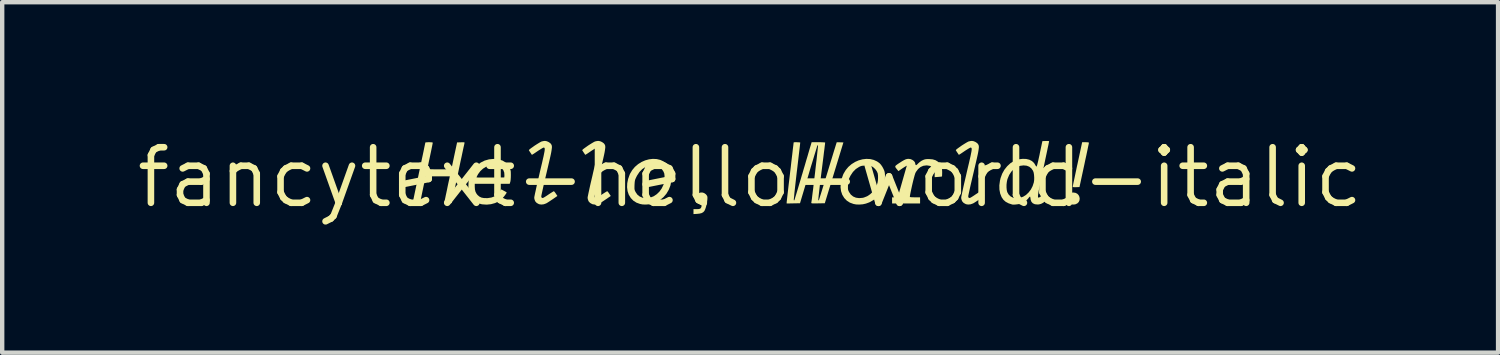
<source format=kicad_pcb>
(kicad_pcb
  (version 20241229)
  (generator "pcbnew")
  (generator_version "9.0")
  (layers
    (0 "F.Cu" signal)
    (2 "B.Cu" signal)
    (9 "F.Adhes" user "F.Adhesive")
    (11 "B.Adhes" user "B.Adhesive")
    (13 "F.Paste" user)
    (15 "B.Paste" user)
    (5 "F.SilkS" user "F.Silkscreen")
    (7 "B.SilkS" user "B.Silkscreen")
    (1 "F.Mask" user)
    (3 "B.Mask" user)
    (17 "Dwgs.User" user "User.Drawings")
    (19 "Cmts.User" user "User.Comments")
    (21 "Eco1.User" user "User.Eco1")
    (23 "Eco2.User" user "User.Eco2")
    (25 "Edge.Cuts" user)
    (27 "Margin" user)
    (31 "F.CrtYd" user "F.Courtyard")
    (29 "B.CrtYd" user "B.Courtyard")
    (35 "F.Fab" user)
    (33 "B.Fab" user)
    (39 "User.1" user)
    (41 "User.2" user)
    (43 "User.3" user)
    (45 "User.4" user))
  (footprint "fancytext-hello-world-italic"
    (layer "F.Cu")
    (at 14.098 1.006)
    (property "Reference" "fancytext-hello-world-italic" (at 0 0 0) (layer "F.SilkS") (effects (font (size 1.27 1.27) (thickness 0.15))))
    (attr board_only exclude_from_pos_files exclude_from_bom)
    (fp_poly (pts (xy 7.357 0.618) (xy 7.327 0.604) (xy 7.297 0.577) (xy 7.272 0.544) (xy 7.26 0.512) (xy 7.257 0.467) (xy 7.269 0.429) (xy 7.297 0.391) (xy 7.304 0.383) (xy 7.33 0.36) (xy 7.352 0.349) (xy 7.379 0.345) (xy 7.39 0.345) (xy 7.44 0.353) (xy 7.48 0.374) (xy 7.509 0.405) (xy 7.527 0.443) (xy 7.534 0.484) (xy 7.529 0.524) (xy 7.512 0.562) (xy 7.482 0.592) (xy 7.44 0.613) (xy 7.415 0.618) (xy 7.384 0.62) (xy 7.358 0.618) (xy 7.357 0.618)) (stroke (width 0) (type solid)) (fill yes) (layer "F.SilkS"))
    (fp_poly (pts (xy 7.375 0.213) (xy 7.376 0.201) (xy 7.382 0.171) (xy 7.391 0.126) (xy 7.404 0.066) (xy 7.419 -0.005) (xy 7.436 -0.086) (xy 7.455 -0.176) (xy 7.475 -0.272) (xy 7.482 -0.302) (xy 7.59 -0.805) (xy 7.667 -0.805) (xy 7.71 -0.804) (xy 7.735 -0.8) (xy 7.745 -0.794) (xy 7.745 -0.792) (xy 7.743 -0.781) (xy 7.737 -0.751) (xy 7.727 -0.706) (xy 7.715 -0.646) (xy 7.7 -0.575) (xy 7.683 -0.494) (xy 7.663 -0.404) (xy 7.643 -0.308) (xy 7.637 -0.28) (xy 7.529 0.22) (xy 7.452 0.223) (xy 7.41 0.224) (xy 7.386 0.221) (xy 7.375 0.216) (xy 7.375 0.213)) (stroke (width 0) (type solid)) (fill yes) (layer "F.SilkS"))
    (fp_poly (pts (xy -1.295 0.781) (xy -1.295 0.725) (xy -1.222 0.725) (xy -1.175 0.723) (xy -1.145 0.715) (xy -1.126 0.7) (xy -1.114 0.674) (xy -1.111 0.659) (xy -1.108 0.639) (xy -1.114 0.628) (xy -1.134 0.62) (xy -1.144 0.617) (xy -1.178 0.6) (xy -1.21 0.574) (xy -1.214 0.57) (xy -1.234 0.543) (xy -1.243 0.517) (xy -1.245 0.484) (xy -1.237 0.433) (xy -1.214 0.393) (xy -1.181 0.364) (xy -1.141 0.347) (xy -1.097 0.344) (xy -1.053 0.356) (xy -1.014 0.383) (xy -0.994 0.406) (xy -0.983 0.425) (xy -0.977 0.444) (xy -0.976 0.47) (xy -0.978 0.508) (xy -0.985 0.565) (xy -0.997 0.624) (xy -1.011 0.68) (xy -1.027 0.727) (xy -1.043 0.761) (xy -1.046 0.766) (xy -1.073 0.795) (xy -1.108 0.815) (xy -1.156 0.827) (xy -1.212 0.833) (xy -1.295 0.838) (xy -1.295 0.781)) (stroke (width 0) (type solid)) (fill yes) (layer "F.SilkS"))
    (fp_poly (pts (xy -2.136 -0.42) (xy -2.053 -0.4) (xy -1.977 -0.365) (xy -1.916 -0.32) (xy -1.887 -0.287) (xy -1.857 -0.243) (xy -1.838 -0.208) (xy -1.819 -0.168) (xy -1.808 -0.136) (xy -1.801 -0.103) (xy -1.798 -0.06) (xy -1.797 -0.04) (xy -1.801 0.075) (xy -1.822 0.183) (xy -1.86 0.282) (xy -1.914 0.373) (xy -1.982 0.452) (xy -2.063 0.518) (xy -2.156 0.57) (xy -2.233 0.598) (xy -2.304 0.614) (xy -2.381 0.62) (xy -2.455 0.618) (xy -2.515 0.607) (xy -2.6 0.576) (xy -2.67 0.531) (xy -2.728 0.471) (xy -2.774 0.396) (xy -2.776 0.39) (xy -2.802 0.313) (xy -2.813 0.226) (xy -2.813 0.221) (xy -2.644 0.221) (xy -2.644 0.255) (xy -2.641 0.28) (xy -2.634 0.302) (xy -2.623 0.325) (xy -2.618 0.335) (xy -2.578 0.393) (xy -2.525 0.436) (xy -2.462 0.463) (xy -2.39 0.473) (xy -2.311 0.467) (xy -2.28 0.46) (xy -2.204 0.43) (xy -2.134 0.383) (xy -2.072 0.323) (xy -2.021 0.251) (xy -1.982 0.17) (xy -1.966 0.115) (xy -1.959 0.067) (xy -1.956 0.012) (xy -1.957 -0.042) (xy -1.963 -0.088) (xy -1.965 -0.097) (xy -1.987 -0.145) (xy -2.021 -0.191) (xy -2.064 -0.231) (xy -2.085 -0.245) (xy -2.109 -0.257) (xy -2.132 -0.264) (xy -2.16 -0.268) (xy -2.198 -0.27) (xy -2.23 -0.27) (xy -2.278 -0.269) (xy -2.312 -0.267) (xy -2.339 -0.262) (xy -2.365 -0.252) (xy -2.39 -0.24) (xy -2.465 -0.191) (xy -2.53 -0.125) (xy -2.585 -0.042) (xy -2.596 -0.02) (xy -2.615 0.019) (xy -2.628 0.05) (xy -2.635 0.079) (xy -2.639 0.112) (xy -2.642 0.156) (xy -2.643 0.173) (xy -2.644 0.221) (xy -2.813 0.221) (xy -2.809 0.133) (xy -2.79 0.037) (xy -2.756 -0.059) (xy -2.745 -0.084) (xy -2.695 -0.168) (xy -2.634 -0.241) (xy -2.562 -0.303) (xy -2.483 -0.353) (xy -2.399 -0.39) (xy -2.311 -0.414) (xy -2.223 -0.424)) (stroke (width 0) (type solid)) (fill yes) (layer "F.SilkS"))
    (fp_poly (pts (xy 2.744 -0.42) (xy 2.827 -0.4) (xy 2.903 -0.365) (xy 2.964 -0.32) (xy 2.993 -0.287) (xy 3.023 -0.243) (xy 3.042 -0.208) (xy 3.061 -0.168) (xy 3.072 -0.136) (xy 3.079 -0.103) (xy 3.082 -0.06) (xy 3.083 -0.04) (xy 3.079 0.075) (xy 3.058 0.183) (xy 3.02 0.282) (xy 2.966 0.373) (xy 2.898 0.452) (xy 2.817 0.518) (xy 2.724 0.57) (xy 2.647 0.598) (xy 2.576 0.614) (xy 2.499 0.62) (xy 2.425 0.618) (xy 2.365 0.607) (xy 2.28 0.576) (xy 2.21 0.531) (xy 2.152 0.471) (xy 2.106 0.396) (xy 2.104 0.39) (xy 2.078 0.313) (xy 2.067 0.226) (xy 2.067 0.221) (xy 2.236 0.221) (xy 2.236 0.255) (xy 2.239 0.28) (xy 2.246 0.302) (xy 2.257 0.325) (xy 2.262 0.335) (xy 2.302 0.393) (xy 2.355 0.436) (xy 2.418 0.463) (xy 2.49 0.473) (xy 2.569 0.467) (xy 2.6 0.46) (xy 2.676 0.43) (xy 2.746 0.383) (xy 2.808 0.323) (xy 2.859 0.251) (xy 2.898 0.17) (xy 2.914 0.115) (xy 2.921 0.067) (xy 2.924 0.012) (xy 2.923 -0.042) (xy 2.917 -0.088) (xy 2.915 -0.097) (xy 2.893 -0.145) (xy 2.859 -0.191) (xy 2.816 -0.231) (xy 2.795 -0.245) (xy 2.771 -0.257) (xy 2.748 -0.264) (xy 2.72 -0.268) (xy 2.682 -0.27) (xy 2.65 -0.27) (xy 2.602 -0.269) (xy 2.568 -0.267) (xy 2.541 -0.262) (xy 2.515 -0.252) (xy 2.49 -0.24) (xy 2.415 -0.191) (xy 2.35 -0.125) (xy 2.295 -0.042) (xy 2.284 -0.02) (xy 2.265 0.019) (xy 2.252 0.05) (xy 2.245 0.079) (xy 2.241 0.112) (xy 2.238 0.156) (xy 2.237 0.173) (xy 2.236 0.221) (xy 2.067 0.221) (xy 2.071 0.133) (xy 2.09 0.037) (xy 2.124 -0.059) (xy 2.135 -0.084) (xy 2.185 -0.168) (xy 2.246 -0.241) (xy 2.318 -0.303) (xy 2.397 -0.353) (xy 2.481 -0.39) (xy 2.569 -0.414) (xy 2.657 -0.424)) (stroke (width 0) (type solid)) (fill yes) (layer "F.SilkS"))
    (fp_poly (pts (xy 3.245 0.525) (xy 3.245 0.456) (xy 3.367 0.453) (xy 3.49 0.45) (xy 3.563 0.105) (xy 3.585 0.001) (xy 3.603 -0.085) (xy 3.616 -0.153) (xy 3.624 -0.203) (xy 3.628 -0.236) (xy 3.628 -0.253) (xy 3.627 -0.255) (xy 3.615 -0.268) (xy 3.597 -0.27) (xy 3.571 -0.263) (xy 3.536 -0.243) (xy 3.487 -0.211) (xy 3.485 -0.21) (xy 3.39 -0.144) (xy 3.363 -0.177) (xy 3.338 -0.208) (xy 3.322 -0.231) (xy 3.317 -0.249) (xy 3.324 -0.266) (xy 3.345 -0.284) (xy 3.379 -0.309) (xy 3.413 -0.331) (xy 3.47 -0.368) (xy 3.515 -0.394) (xy 3.552 -0.412) (xy 3.583 -0.421) (xy 3.613 -0.425) (xy 3.624 -0.425) (xy 3.67 -0.418) (xy 3.712 -0.399) (xy 3.747 -0.372) (xy 3.769 -0.34) (xy 3.775 -0.313) (xy 3.78 -0.293) (xy 3.785 -0.285) (xy 3.792 -0.28) (xy 3.804 -0.285) (xy 3.824 -0.302) (xy 3.84 -0.319) (xy 3.875 -0.35) (xy 3.916 -0.379) (xy 3.943 -0.393) (xy 3.975 -0.407) (xy 4.005 -0.415) (xy 4.039 -0.419) (xy 4.086 -0.42) (xy 4.09 -0.42) (xy 4.172 -0.413) (xy 4.239 -0.393) (xy 4.294 -0.359) (xy 4.339 -0.309) (xy 4.369 -0.256) (xy 4.38 -0.225) (xy 4.386 -0.191) (xy 4.389 -0.146) (xy 4.39 -0.118) (xy 4.389 -0.078) (xy 4.388 -0.045) (xy 4.386 -0.026) (xy 4.385 -0.022) (xy 4.373 -0.019) (xy 4.347 -0.016) (xy 4.311 -0.013) (xy 4.299 -0.012) (xy 4.218 -0.006) (xy 4.219 -0.078) (xy 4.213 -0.146) (xy 4.193 -0.199) (xy 4.159 -0.239) (xy 4.111 -0.264) (xy 4.049 -0.274) (xy 4.03 -0.275) (xy 3.959 -0.266) (xy 3.896 -0.238) (xy 3.84 -0.192) (xy 3.793 -0.129) (xy 3.779 -0.103) (xy 3.771 -0.082) (xy 3.76 -0.046) (xy 3.747 0.002) (xy 3.732 0.058) (xy 3.717 0.12) (xy 3.702 0.184) (xy 3.688 0.248) (xy 3.675 0.308) (xy 3.664 0.361) (xy 3.656 0.404) (xy 3.652 0.434) (xy 3.652 0.447) (xy 3.652 0.448) (xy 3.663 0.45) (xy 3.69 0.453) (xy 3.729 0.454) (xy 3.771 0.455) (xy 3.885 0.455) (xy 3.885 0.525) (xy 3.885 0.595) (xy 3.565 0.595) (xy 3.245 0.595) (xy 3.245 0.525)) (stroke (width 0) (type solid)) (fill yes) (layer "F.SilkS"))
    (fp_poly (pts (xy -4.828 0.611) (xy -4.879 0.583) (xy -4.914 0.544) (xy -4.932 0.493) (xy -4.935 0.46) (xy -4.933 0.444) (xy -4.926 0.41) (xy -4.916 0.361) (xy -4.902 0.298) (xy -4.886 0.223) (xy -4.867 0.138) (xy -4.845 0.045) (xy -4.822 -0.053) (xy -4.809 -0.112) (xy -4.781 -0.231) (xy -4.757 -0.331) (xy -4.738 -0.416) (xy -4.722 -0.485) (xy -4.711 -0.541) (xy -4.702 -0.585) (xy -4.697 -0.619) (xy -4.695 -0.643) (xy -4.696 -0.66) (xy -4.699 -0.671) (xy -4.704 -0.678) (xy -4.711 -0.681) (xy -4.717 -0.683) (xy -4.731 -0.679) (xy -4.757 -0.665) (xy -4.793 -0.643) (xy -4.836 -0.616) (xy -4.86 -0.6) (xy -4.904 -0.57) (xy -4.941 -0.545) (xy -4.97 -0.527) (xy -4.986 -0.518) (xy -4.989 -0.517) (xy -4.997 -0.528) (xy -5.012 -0.551) (xy -5.03 -0.577) (xy -5.046 -0.602) (xy -5.057 -0.619) (xy -5.058 -0.622) (xy -5.053 -0.631) (xy -5.034 -0.649) (xy -5.003 -0.672) (xy -4.965 -0.699) (xy -4.923 -0.729) (xy -4.879 -0.757) (xy -4.837 -0.783) (xy -4.8 -0.805) (xy -4.771 -0.82) (xy -4.758 -0.824) (xy -4.725 -0.831) (xy -4.693 -0.835) (xy -4.69 -0.835) (xy -4.65 -0.828) (xy -4.608 -0.81) (xy -4.571 -0.785) (xy -4.558 -0.771) (xy -4.548 -0.758) (xy -4.541 -0.745) (xy -4.535 -0.731) (xy -4.532 -0.712) (xy -4.531 -0.689) (xy -4.534 -0.66) (xy -4.539 -0.622) (xy -4.547 -0.574) (xy -4.559 -0.515) (xy -4.575 -0.443) (xy -4.595 -0.357) (xy -4.619 -0.254) (xy -4.647 -0.134) (xy -4.649 -0.125) (xy -4.673 -0.024) (xy -4.695 0.071) (xy -4.716 0.16) (xy -4.734 0.239) (xy -4.749 0.308) (xy -4.761 0.363) (xy -4.77 0.405) (xy -4.774 0.429) (xy -4.775 0.435) (xy -4.768 0.46) (xy -4.75 0.471) (xy -4.723 0.464) (xy -4.722 0.463) (xy -4.705 0.453) (xy -4.676 0.435) (xy -4.639 0.411) (xy -4.598 0.383) (xy -4.558 0.357) (xy -4.524 0.336) (xy -4.499 0.321) (xy -4.487 0.315) (xy -4.487 0.315) (xy -4.477 0.323) (xy -4.46 0.343) (xy -4.442 0.369) (xy -4.406 0.424) (xy -4.515 0.499) (xy -4.56 0.529) (xy -4.602 0.557) (xy -4.637 0.579) (xy -4.661 0.593) (xy -4.663 0.594) (xy -4.718 0.614) (xy -4.775 0.62) (xy -4.826 0.612) (xy -4.828 0.611)) (stroke (width 0) (type solid)) (fill yes) (layer "F.SilkS"))
    (fp_poly (pts (xy -3.608 0.611) (xy -3.659 0.583) (xy -3.694 0.544) (xy -3.712 0.493) (xy -3.715 0.46) (xy -3.713 0.444) (xy -3.706 0.41) (xy -3.696 0.361) (xy -3.682 0.298) (xy -3.666 0.223) (xy -3.647 0.138) (xy -3.625 0.045) (xy -3.602 -0.053) (xy -3.589 -0.112) (xy -3.561 -0.231) (xy -3.537 -0.331) (xy -3.518 -0.416) (xy -3.502 -0.485) (xy -3.491 -0.541) (xy -3.482 -0.585) (xy -3.477 -0.619) (xy -3.475 -0.643) (xy -3.476 -0.66) (xy -3.479 -0.671) (xy -3.484 -0.678) (xy -3.491 -0.681) (xy -3.497 -0.683) (xy -3.511 -0.679) (xy -3.537 -0.665) (xy -3.573 -0.643) (xy -3.616 -0.616) (xy -3.64 -0.6) (xy -3.684 -0.57) (xy -3.721 -0.545) (xy -3.75 -0.527) (xy -3.766 -0.518) (xy -3.769 -0.517) (xy -3.777 -0.528) (xy -3.792 -0.551) (xy -3.81 -0.577) (xy -3.826 -0.602) (xy -3.837 -0.619) (xy -3.838 -0.622) (xy -3.833 -0.631) (xy -3.814 -0.649) (xy -3.783 -0.672) (xy -3.745 -0.699) (xy -3.703 -0.729) (xy -3.659 -0.757) (xy -3.617 -0.783) (xy -3.58 -0.805) (xy -3.551 -0.82) (xy -3.538 -0.824) (xy -3.505 -0.831) (xy -3.473 -0.835) (xy -3.47 -0.835) (xy -3.43 -0.828) (xy -3.388 -0.81) (xy -3.351 -0.785) (xy -3.338 -0.771) (xy -3.328 -0.758) (xy -3.321 -0.745) (xy -3.315 -0.731) (xy -3.312 -0.712) (xy -3.311 -0.689) (xy -3.314 -0.66) (xy -3.319 -0.622) (xy -3.327 -0.574) (xy -3.339 -0.515) (xy -3.355 -0.443) (xy -3.375 -0.357) (xy -3.399 -0.254) (xy -3.427 -0.134) (xy -3.429 -0.125) (xy -3.453 -0.024) (xy -3.475 0.071) (xy -3.496 0.16) (xy -3.514 0.239) (xy -3.529 0.308) (xy -3.541 0.363) (xy -3.55 0.405) (xy -3.554 0.429) (xy -3.555 0.435) (xy -3.548 0.46) (xy -3.53 0.471) (xy -3.503 0.464) (xy -3.502 0.463) (xy -3.485 0.453) (xy -3.456 0.435) (xy -3.419 0.411) (xy -3.378 0.383) (xy -3.338 0.357) (xy -3.304 0.336) (xy -3.279 0.321) (xy -3.267 0.315) (xy -3.267 0.315) (xy -3.257 0.323) (xy -3.24 0.343) (xy -3.222 0.369) (xy -3.186 0.424) (xy -3.295 0.499) (xy -3.34 0.529) (xy -3.382 0.557) (xy -3.417 0.579) (xy -3.441 0.593) (xy -3.443 0.594) (xy -3.498 0.614) (xy -3.555 0.62) (xy -3.606 0.612) (xy -3.608 0.611)) (stroke (width 0) (type solid)) (fill yes) (layer "F.SilkS"))
    (fp_poly (pts (xy 4.932 0.611) (xy 4.881 0.583) (xy 4.846 0.544) (xy 4.828 0.493) (xy 4.825 0.46) (xy 4.827 0.444) (xy 4.834 0.41) (xy 4.844 0.361) (xy 4.858 0.298) (xy 4.874 0.223) (xy 4.893 0.138) (xy 4.915 0.045) (xy 4.938 -0.053) (xy 4.951 -0.112) (xy 4.979 -0.231) (xy 5.003 -0.331) (xy 5.022 -0.416) (xy 5.038 -0.485) (xy 5.049 -0.541) (xy 5.058 -0.585) (xy 5.063 -0.619) (xy 5.065 -0.643) (xy 5.064 -0.66) (xy 5.061 -0.671) (xy 5.056 -0.678) (xy 5.049 -0.681) (xy 5.043 -0.683) (xy 5.029 -0.679) (xy 5.003 -0.665) (xy 4.967 -0.643) (xy 4.924 -0.616) (xy 4.9 -0.6) (xy 4.856 -0.57) (xy 4.819 -0.545) (xy 4.79 -0.527) (xy 4.774 -0.518) (xy 4.771 -0.517) (xy 4.763 -0.528) (xy 4.748 -0.551) (xy 4.73 -0.577) (xy 4.714 -0.602) (xy 4.703 -0.619) (xy 4.702 -0.622) (xy 4.707 -0.631) (xy 4.726 -0.649) (xy 4.757 -0.672) (xy 4.795 -0.699) (xy 4.837 -0.729) (xy 4.881 -0.757) (xy 4.923 -0.783) (xy 4.96 -0.805) (xy 4.989 -0.82) (xy 5.002 -0.824) (xy 5.035 -0.831) (xy 5.067 -0.835) (xy 5.07 -0.835) (xy 5.11 -0.828) (xy 5.152 -0.81) (xy 5.189 -0.785) (xy 5.202 -0.771) (xy 5.212 -0.758) (xy 5.219 -0.745) (xy 5.225 -0.731) (xy 5.228 -0.712) (xy 5.229 -0.689) (xy 5.226 -0.66) (xy 5.221 -0.622) (xy 5.213 -0.574) (xy 5.201 -0.515) (xy 5.185 -0.443) (xy 5.165 -0.357) (xy 5.141 -0.254) (xy 5.113 -0.134) (xy 5.111 -0.125) (xy 5.087 -0.024) (xy 5.065 0.071) (xy 5.044 0.16) (xy 5.026 0.239) (xy 5.011 0.308) (xy 4.999 0.363) (xy 4.99 0.405) (xy 4.986 0.429) (xy 4.985 0.435) (xy 4.992 0.46) (xy 5.01 0.471) (xy 5.037 0.464) (xy 5.038 0.463) (xy 5.055 0.453) (xy 5.084 0.435) (xy 5.121 0.411) (xy 5.162 0.383) (xy 5.202 0.357) (xy 5.236 0.336) (xy 5.261 0.321) (xy 5.273 0.315) (xy 5.273 0.315) (xy 5.283 0.323) (xy 5.3 0.343) (xy 5.318 0.369) (xy 5.354 0.424) (xy 5.245 0.499) (xy 5.2 0.529) (xy 5.158 0.557) (xy 5.123 0.579) (xy 5.099 0.593) (xy 5.097 0.594) (xy 5.042 0.614) (xy 4.985 0.62) (xy 4.934 0.612) (xy 4.932 0.611)) (stroke (width 0) (type solid)) (fill yes) (layer "F.SilkS"))
    (fp_poly (pts (xy -5.83 -0.422) (xy -5.738 -0.41) (xy -5.66 -0.385) (xy -5.596 -0.346) (xy -5.543 -0.292) (xy -5.503 -0.227) (xy -5.488 -0.196) (xy -5.479 -0.171) (xy -5.473 -0.145) (xy -5.471 -0.113) (xy -5.47 -0.069) (xy -5.47 -0.05) (xy -5.471 0.001) (xy -5.474 0.048) (xy -5.479 0.086) (xy -5.483 0.102) (xy -5.496 0.145) (xy -6.295 0.145) (xy -6.295 0.211) (xy -6.291 0.276) (xy -6.278 0.328) (xy -6.254 0.373) (xy -6.232 0.401) (xy -6.191 0.437) (xy -6.142 0.461) (xy -6.082 0.472) (xy -6.007 0.473) (xy -6.001 0.473) (xy -5.916 0.46) (xy -5.846 0.435) (xy -5.787 0.395) (xy -5.736 0.339) (xy -5.729 0.329) (xy -5.709 0.301) (xy -5.694 0.282) (xy -5.687 0.275) (xy -5.677 0.279) (xy -5.656 0.291) (xy -5.628 0.306) (xy -5.6 0.321) (xy -5.578 0.334) (xy -5.566 0.341) (xy -5.568 0.352) (xy -5.58 0.373) (xy -5.6 0.401) (xy -5.624 0.433) (xy -5.651 0.464) (xy -5.676 0.49) (xy -5.678 0.492) (xy -5.749 0.546) (xy -5.833 0.587) (xy -5.925 0.612) (xy -6.023 0.622) (xy -6.124 0.615) (xy -6.133 0.614) (xy -6.214 0.591) (xy -6.287 0.552) (xy -6.35 0.499) (xy -6.399 0.435) (xy -6.413 0.407) (xy -6.424 0.383) (xy -6.431 0.361) (xy -6.436 0.337) (xy -6.439 0.307) (xy -6.439 0.266) (xy -6.44 0.21) (xy -6.439 0.151) (xy -6.437 0.107) (xy -6.434 0.072) (xy -6.427 0.04) (xy -6.418 0.007) (xy -6.415 -0.001) (xy -6.255 -0.001) (xy -6.245 0.00048) (xy -6.218 0.002) (xy -6.176 0.003) (xy -6.12 0.003) (xy -6.055 0.003) (xy -5.981 0.003) (xy -5.938 0.003) (xy -5.62 0) (xy -5.617 -0.045) (xy -5.621 -0.111) (xy -5.643 -0.168) (xy -5.683 -0.216) (xy -5.729 -0.248) (xy -5.751 -0.258) (xy -5.775 -0.265) (xy -5.806 -0.268) (xy -5.848 -0.27) (xy -5.875 -0.27) (xy -5.925 -0.269) (xy -5.961 -0.267) (xy -5.989 -0.262) (xy -6.016 -0.253) (xy -6.037 -0.243) (xy -6.106 -0.201) (xy -6.167 -0.145) (xy -6.216 -0.079) (xy -6.224 -0.066) (xy -6.24 -0.035) (xy -6.251 -0.012) (xy -6.255 -0.001) (xy -6.415 -0.001) (xy -6.412 -0.012) (xy -6.368 -0.114) (xy -6.311 -0.204) (xy -6.24 -0.279) (xy -6.159 -0.34) (xy -6.069 -0.385) (xy -5.97 -0.413) (xy -5.866 -0.423)) (stroke (width 0) (type solid)) (fill yes) (layer "F.SilkS"))
    (fp_poly (pts (xy -7.715 0.587) (xy -7.713 0.576) (xy -7.707 0.547) (xy -7.698 0.502) (xy -7.685 0.442) (xy -7.67 0.369) (xy -7.652 0.284) (xy -7.632 0.189) (xy -7.61 0.086) (xy -7.587 -0.024) (xy -7.57 -0.106) (xy -7.546 -0.22) (xy -7.523 -0.328) (xy -7.502 -0.429) (xy -7.482 -0.521) (xy -7.465 -0.602) (xy -7.451 -0.672) (xy -7.439 -0.728) (xy -7.431 -0.768) (xy -7.426 -0.792) (xy -7.425 -0.797) (xy -7.416 -0.801) (xy -7.391 -0.803) (xy -7.356 -0.805) (xy -7.34 -0.805) (xy -7.293 -0.804) (xy -7.265 -0.8) (xy -7.255 -0.794) (xy -7.255 -0.793) (xy -7.257 -0.781) (xy -7.263 -0.752) (xy -7.271 -0.71) (xy -7.282 -0.657) (xy -7.294 -0.597) (xy -7.308 -0.532) (xy -7.322 -0.465) (xy -7.336 -0.4) (xy -7.349 -0.338) (xy -7.36 -0.285) (xy -7.37 -0.241) (xy -7.377 -0.211) (xy -7.38 -0.198) (xy -7.377 -0.194) (xy -7.365 -0.191) (xy -7.341 -0.188) (xy -7.304 -0.187) (xy -7.252 -0.186) (xy -7.184 -0.185) (xy -7.107 -0.185) (xy -6.83 -0.185) (xy -6.765 -0.492) (xy -6.699 -0.8) (xy -6.611 -0.803) (xy -6.569 -0.804) (xy -6.544 -0.803) (xy -6.531 -0.8) (xy -6.528 -0.794) (xy -6.529 -0.788) (xy -6.532 -0.775) (xy -6.538 -0.745) (xy -6.549 -0.698) (xy -6.562 -0.637) (xy -6.578 -0.562) (xy -6.596 -0.476) (xy -6.617 -0.381) (xy -6.639 -0.277) (xy -6.662 -0.168) (xy -6.675 -0.105) (xy -6.699 0.008) (xy -6.722 0.115) (xy -6.743 0.215) (xy -6.763 0.306) (xy -6.78 0.387) (xy -6.795 0.456) (xy -6.806 0.511) (xy -6.815 0.55) (xy -6.82 0.573) (xy -6.821 0.578) (xy -6.827 0.586) (xy -6.839 0.591) (xy -6.863 0.594) (xy -6.902 0.595) (xy -6.911 0.595) (xy -6.949 0.595) (xy -6.978 0.594) (xy -6.994 0.592) (xy -6.995 0.591) (xy -6.993 0.581) (xy -6.988 0.554) (xy -6.979 0.514) (xy -6.968 0.462) (xy -6.956 0.403) (xy -6.942 0.339) (xy -6.928 0.273) (xy -6.915 0.208) (xy -6.902 0.146) (xy -6.89 0.091) (xy -6.88 0.046) (xy -6.873 0.014) (xy -6.87 -0.003) (xy -6.865 -0.025) (xy -7.14 -0.025) (xy -7.226 -0.025) (xy -7.294 -0.024) (xy -7.345 -0.023) (xy -7.381 -0.021) (xy -7.405 -0.018) (xy -7.417 -0.015) (xy -7.42 -0.013) (xy -7.423 0.000106) (xy -7.429 0.03) (xy -7.439 0.074) (xy -7.451 0.13) (xy -7.465 0.196) (xy -7.48 0.269) (xy -7.486 0.297) (xy -7.548 0.595) (xy -7.632 0.595) (xy -7.67 0.594) (xy -7.699 0.592) (xy -7.714 0.588) (xy -7.715 0.587)) (stroke (width 0) (type solid)) (fill yes) (layer "F.SilkS"))
    (fp_poly (pts (xy 6.821 -0.832) (xy 6.834 -0.828) (xy 6.835 -0.827) (xy 6.833 -0.816) (xy 6.827 -0.788) (xy 6.818 -0.742) (xy 6.805 -0.683) (xy 6.79 -0.61) (xy 6.772 -0.526) (xy 6.752 -0.433) (xy 6.731 -0.331) (xy 6.708 -0.224) (xy 6.701 -0.19) (xy 6.672 -0.057) (xy 6.648 0.057) (xy 6.628 0.154) (xy 6.611 0.235) (xy 6.598 0.301) (xy 6.589 0.354) (xy 6.583 0.395) (xy 6.58 0.425) (xy 6.581 0.445) (xy 6.584 0.457) (xy 6.591 0.462) (xy 6.601 0.461) (xy 6.613 0.455) (xy 6.628 0.446) (xy 6.645 0.435) (xy 6.645 0.435) (xy 6.674 0.418) (xy 6.695 0.41) (xy 6.703 0.411) (xy 6.712 0.424) (xy 6.729 0.448) (xy 6.744 0.47) (xy 6.778 0.518) (xy 6.749 0.542) (xy 6.696 0.581) (xy 6.649 0.605) (xy 6.601 0.617) (xy 6.571 0.619) (xy 6.51 0.613) (xy 6.463 0.592) (xy 6.431 0.558) (xy 6.413 0.511) (xy 6.41 0.486) (xy 6.406 0.458) (xy 6.401 0.441) (xy 6.398 0.438) (xy 6.388 0.444) (xy 6.371 0.462) (xy 6.358 0.48) (xy 6.307 0.535) (xy 6.249 0.575) (xy 6.204 0.595) (xy 6.165 0.605) (xy 6.119 0.613) (xy 6.07 0.619) (xy 6.027 0.622) (xy 5.994 0.62) (xy 5.99 0.619) (xy 5.908 0.592) (xy 5.842 0.557) (xy 5.79 0.511) (xy 5.75 0.453) (xy 5.748 0.449) (xy 5.716 0.369) (xy 5.699 0.278) (xy 5.698 0.23) (xy 5.861 0.23) (xy 5.866 0.287) (xy 5.877 0.333) (xy 5.878 0.336) (xy 5.908 0.389) (xy 5.951 0.432) (xy 6.004 0.46) (xy 6.006 0.461) (xy 6.061 0.471) (xy 6.125 0.47) (xy 6.19 0.459) (xy 6.241 0.441) (xy 6.306 0.401) (xy 6.366 0.344) (xy 6.418 0.276) (xy 6.458 0.198) (xy 6.485 0.115) (xy 6.485 0.114) (xy 6.493 0.061) (xy 6.494 0.002) (xy 6.49 -0.057) (xy 6.482 -0.109) (xy 6.468 -0.149) (xy 6.468 -0.15) (xy 6.429 -0.206) (xy 6.381 -0.245) (xy 6.322 -0.268) (xy 6.251 -0.275) (xy 6.171 -0.265) (xy 6.097 -0.238) (xy 6.03 -0.193) (xy 5.971 -0.132) (xy 5.922 -0.057) (xy 5.885 0.031) (xy 5.879 0.05) (xy 5.868 0.104) (xy 5.861 0.167) (xy 5.861 0.23) (xy 5.698 0.23) (xy 5.697 0.18) (xy 5.711 0.076) (xy 5.725 0.015) (xy 5.762 -0.086) (xy 5.813 -0.177) (xy 5.876 -0.256) (xy 5.948 -0.323) (xy 6.029 -0.374) (xy 6.116 -0.407) (xy 6.143 -0.414) (xy 6.231 -0.425) (xy 6.312 -0.422) (xy 6.383 -0.405) (xy 6.443 -0.374) (xy 6.49 -0.33) (xy 6.515 -0.29) (xy 6.53 -0.264) (xy 6.543 -0.25) (xy 6.549 -0.248) (xy 6.553 -0.258) (xy 6.562 -0.286) (xy 6.573 -0.328) (xy 6.586 -0.382) (xy 6.6 -0.447) (xy 6.616 -0.518) (xy 6.62 -0.541) (xy 6.681 -0.83) (xy 6.758 -0.833) (xy 6.794 -0.833)) (stroke (width 0) (type solid)) (fill yes) (layer "F.SilkS"))
    (fp_poly (pts (xy 0.835 0.573) (xy 0.836 0.559) (xy 0.84 0.527) (xy 0.845 0.479) (xy 0.852 0.416) (xy 0.861 0.34) (xy 0.871 0.252) (xy 0.882 0.155) (xy 0.895 0.05) (xy 0.908 -0.062) (xy 0.915 -0.123) (xy 0.929 -0.237) (xy 0.941 -0.345) (xy 0.953 -0.445) (xy 0.964 -0.536) (xy 0.973 -0.617) (xy 0.981 -0.684) (xy 0.988 -0.738) (xy 0.992 -0.776) (xy 0.995 -0.797) (xy 0.995 -0.801) (xy 1.004 -0.803) (xy 1.027 -0.805) (xy 1.058 -0.805) (xy 1.091 -0.804) (xy 1.121 -0.802) (xy 1.14 -0.8) (xy 1.145 -0.797) (xy 1.144 -0.787) (xy 1.141 -0.757) (xy 1.136 -0.712) (xy 1.129 -0.651) (xy 1.12 -0.577) (xy 1.11 -0.492) (xy 1.099 -0.397) (xy 1.087 -0.294) (xy 1.074 -0.184) (xy 1.068 -0.138) (xy 1.055 -0.026) (xy 1.043 0.08) (xy 1.032 0.179) (xy 1.022 0.268) (xy 1.013 0.347) (xy 1.007 0.413) (xy 1.002 0.465) (xy 0.998 0.501) (xy 0.998 0.519) (xy 0.998 0.521) (xy 1.009 0.524) (xy 1.01 0.523) (xy 1.014 0.513) (xy 1.023 0.485) (xy 1.036 0.441) (xy 1.054 0.383) (xy 1.075 0.313) (xy 1.099 0.232) (xy 1.126 0.141) (xy 1.156 0.042) (xy 1.186 -0.062) (xy 1.191 -0.076) (xy 1.222 -0.183) (xy 1.253 -0.286) (xy 1.281 -0.384) (xy 1.308 -0.473) (xy 1.331 -0.553) (xy 1.351 -0.621) (xy 1.367 -0.676) (xy 1.379 -0.715) (xy 1.386 -0.737) (xy 1.386 -0.738) (xy 1.406 -0.805) (xy 1.56 -0.805) (xy 1.613 -0.805) (xy 1.659 -0.803) (xy 1.693 -0.801) (xy 1.712 -0.799) (xy 1.715 -0.797) (xy 1.714 -0.787) (xy 1.711 -0.757) (xy 1.705 -0.712) (xy 1.698 -0.651) (xy 1.688 -0.578) (xy 1.678 -0.492) (xy 1.666 -0.397) (xy 1.653 -0.294) (xy 1.639 -0.184) (xy 1.633 -0.138) (xy 1.619 -0.026) (xy 1.606 0.08) (xy 1.594 0.179) (xy 1.584 0.268) (xy 1.575 0.347) (xy 1.567 0.413) (xy 1.562 0.465) (xy 1.559 0.501) (xy 1.558 0.519) (xy 1.558 0.521) (xy 1.569 0.524) (xy 1.57 0.523) (xy 1.574 0.513) (xy 1.583 0.485) (xy 1.596 0.442) (xy 1.615 0.383) (xy 1.637 0.312) (xy 1.662 0.23) (xy 1.691 0.138) (xy 1.721 0.037) (xy 1.754 -0.07) (xy 1.776 -0.141) (xy 1.809 -0.251) (xy 1.841 -0.356) (xy 1.871 -0.453) (xy 1.898 -0.542) (xy 1.922 -0.62) (xy 1.943 -0.687) (xy 1.959 -0.74) (xy 1.971 -0.777) (xy 1.978 -0.799) (xy 1.979 -0.803) (xy 1.99 -0.804) (xy 2.016 -0.804) (xy 2.051 -0.803) (xy 2.057 -0.803) (xy 2.132 -0.8) (xy 1.92 -0.105) (xy 1.707 0.59) (xy 1.55 0.593) (xy 1.491 0.594) (xy 1.449 0.594) (xy 1.422 0.593) (xy 1.406 0.59) (xy 1.399 0.586) (xy 1.398 0.581) (xy 1.398 0.578) (xy 1.401 0.562) (xy 1.406 0.529) (xy 1.413 0.481) (xy 1.42 0.419) (xy 1.429 0.346) (xy 1.44 0.264) (xy 1.45 0.175) (xy 1.462 0.08) (xy 1.473 -0.017) (xy 1.485 -0.116) (xy 1.496 -0.214) (xy 1.507 -0.31) (xy 1.518 -0.4) (xy 1.527 -0.484) (xy 1.535 -0.558) (xy 1.542 -0.622) (xy 1.547 -0.673) (xy 1.551 -0.71) (xy 1.552 -0.729) (xy 1.552 -0.732) (xy 1.541 -0.734) (xy 1.539 -0.732) (xy 1.535 -0.722) (xy 1.526 -0.694) (xy 1.513 -0.65) (xy 1.495 -0.592) (xy 1.473 -0.521) (xy 1.448 -0.438) (xy 1.42 -0.345) (xy 1.389 -0.245) (xy 1.357 -0.137) (xy 1.337 -0.068) (xy 1.14 0.59) (xy 0.987 0.593) (xy 0.835 0.596) (xy 0.835 0.573)) (stroke (width 0) (type solid)) (fill yes) (layer "F.SilkS")))
  (gr_rect
    (start -3 -3)
    (end 31.196 5.012)
    (stroke (width 0.1) (type default))
    (fill no)
    (layer "Edge.Cuts")))
</source>
